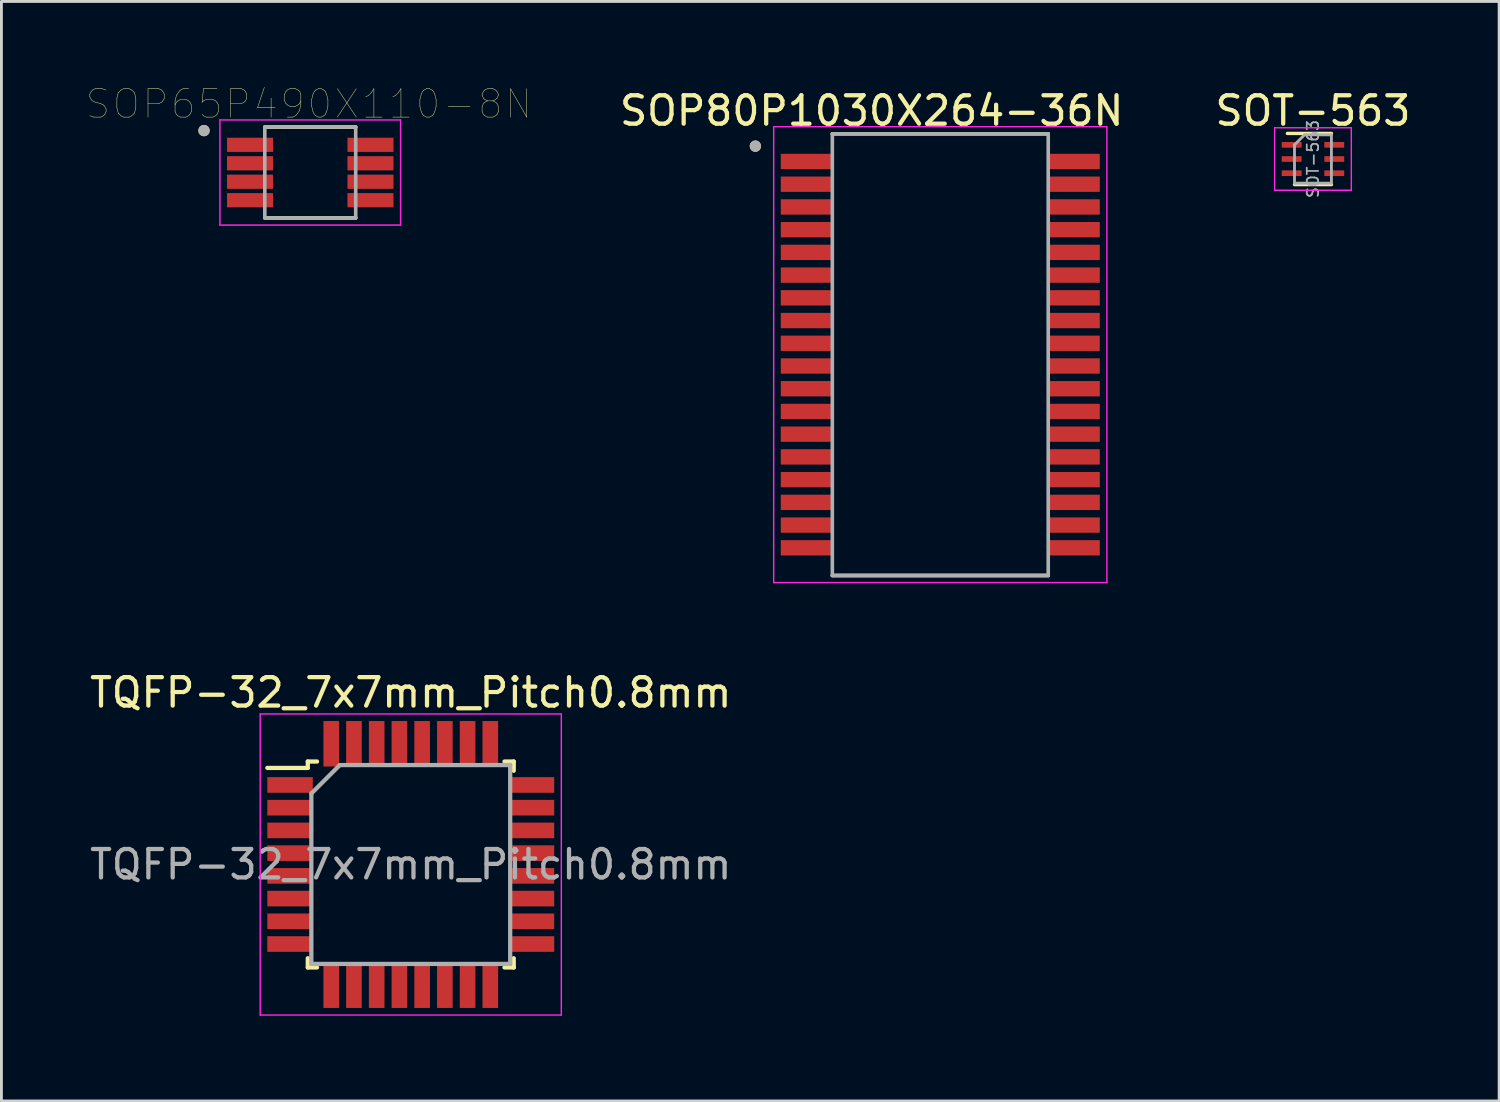
<source format=kicad_pcb>
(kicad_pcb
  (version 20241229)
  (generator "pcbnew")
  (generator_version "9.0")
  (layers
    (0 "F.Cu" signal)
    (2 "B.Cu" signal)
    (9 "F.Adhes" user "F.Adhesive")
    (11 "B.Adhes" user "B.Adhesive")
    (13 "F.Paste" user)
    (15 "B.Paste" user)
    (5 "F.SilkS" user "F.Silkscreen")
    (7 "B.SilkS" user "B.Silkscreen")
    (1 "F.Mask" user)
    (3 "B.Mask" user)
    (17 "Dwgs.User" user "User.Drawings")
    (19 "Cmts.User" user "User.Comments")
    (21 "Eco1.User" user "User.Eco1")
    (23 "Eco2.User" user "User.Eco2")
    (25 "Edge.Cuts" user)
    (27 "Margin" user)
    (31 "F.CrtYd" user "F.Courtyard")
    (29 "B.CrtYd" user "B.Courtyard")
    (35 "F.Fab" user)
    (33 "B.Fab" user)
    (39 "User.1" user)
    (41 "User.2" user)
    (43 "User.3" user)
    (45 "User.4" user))
  (footprint "SOP65P490X110-8N"
    (layer "F.Cu")
    (at 7.872 3.023)
    (property "Reference" "SOP65P490X110-8N" (at -0.045 -2.412 0) (layer "F.SilkS") (effects (font (size 1 1) (thickness 0.015))))
    (attr through_hole)
    (fp_line (start -1.6 -1.6) (end 1.6 -1.6) (stroke (width 0.127) (type solid)) (layer "F.SilkS"))
    (fp_line (start -1.6 1.6) (end 1.6 1.6) (stroke (width 0.127) (type solid)) (layer "F.SilkS"))
    (fp_circle (center -3.74 -1.475) (end -3.64 -1.475) (stroke (width 0.2) (type solid)) (fill no) (layer "F.SilkS"))
    (fp_line (start -3.18 -1.85) (end -3.18 1.85) (stroke (width 0.05) (type solid)) (layer "F.CrtYd"))
    (fp_line (start -3.18 -1.85) (end 3.18 -1.85) (stroke (width 0.05) (type solid)) (layer "F.CrtYd"))
    (fp_line (start -3.18 1.85) (end 3.18 1.85) (stroke (width 0.05) (type solid)) (layer "F.CrtYd"))
    (fp_line (start 3.18 -1.85) (end 3.18 1.85) (stroke (width 0.05) (type solid)) (layer "F.CrtYd"))
    (fp_line (start -1.6 -1.6) (end -1.6 1.6) (stroke (width 0.127) (type solid)) (layer "F.Fab"))
    (fp_line (start -1.6 -1.6) (end 1.6 -1.6) (stroke (width 0.127) (type solid)) (layer "F.Fab"))
    (fp_line (start -1.6 1.6) (end 1.6 1.6) (stroke (width 0.127) (type solid)) (layer "F.Fab"))
    (fp_line (start 1.6 -1.6) (end 1.6 1.6) (stroke (width 0.127) (type solid)) (layer "F.Fab"))
    (fp_circle (center -3.74 -1.475) (end -3.64 -1.475) (stroke (width 0.2) (type solid)) (fill no) (layer "F.Fab"))
    (pad "1" smd rect (at -2.12 -0.975) (size 1.62 0.5) (layers "F.Cu" "F.Mask" "F.Paste"))
    (pad "2" smd rect (at -2.12 -0.325) (size 1.62 0.5) (layers "F.Cu" "F.Mask" "F.Paste"))
    (pad "3" smd rect (at -2.12 0.325) (size 1.62 0.5) (layers "F.Cu" "F.Mask" "F.Paste"))
    (pad "4" smd rect (at -2.12 0.975) (size 1.62 0.5) (layers "F.Cu" "F.Mask" "F.Paste"))
    (pad "5" smd rect (at 2.12 0.975) (size 1.62 0.5) (layers "F.Cu" "F.Mask" "F.Paste"))
    (pad "6" smd rect (at 2.12 0.325) (size 1.62 0.5) (layers "F.Cu" "F.Mask" "F.Paste"))
    (pad "7" smd rect (at 2.12 -0.325) (size 1.62 0.5) (layers "F.Cu" "F.Mask" "F.Paste"))
    (pad "8" smd rect (at 2.12 -0.975) (size 1.62 0.5) (layers "F.Cu" "F.Mask" "F.Paste")))
  (footprint "SOT-563"
    (layer "F.Cu")
    (at 43.172 2.548)
    (property "Reference" "SOT-563" (at 0 -1.7 0) (layer "F.SilkS") (effects (font (size 1 1) (thickness 0.15))))
    (attr smd)
    (fp_line (start -0.9 -0.9) (end 0.65 -0.9) (stroke (width 0.12) (type solid)) (layer "F.SilkS"))
    (fp_line (start 0.65 0.9) (end -0.65 0.9) (stroke (width 0.12) (type solid)) (layer "F.SilkS"))
    (fp_line (start -1.35 -1.1) (end -1.35 1.1) (stroke (width 0.05) (type solid)) (layer "F.CrtYd"))
    (fp_line (start -1.35 -1.1) (end 1.35 -1.1) (stroke (width 0.05) (type solid)) (layer "F.CrtYd"))
    (fp_line (start 1.35 1.1) (end -1.35 1.1) (stroke (width 0.05) (type solid)) (layer "F.CrtYd"))
    (fp_line (start 1.35 1.1) (end 1.35 -1.1) (stroke (width 0.05) (type solid)) (layer "F.CrtYd"))
    (fp_line (start -0.65 -0.5) (end -0.65 0.85) (stroke (width 0.1) (type solid)) (layer "F.Fab"))
    (fp_line (start -0.65 -0.5) (end -0.3 -0.85) (stroke (width 0.1) (type solid)) (layer "F.Fab"))
    (fp_line (start -0.65 0.85) (end 0.65 0.85) (stroke (width 0.1) (type solid)) (layer "F.Fab"))
    (fp_line (start 0.65 -0.85) (end -0.3 -0.85) (stroke (width 0.1) (type solid)) (layer "F.Fab"))
    (fp_line (start 0.65 0.85) (end 0.65 -0.85) (stroke (width 0.1) (type solid)) (layer "F.Fab"))
    (fp_text user "${REFERENCE}" (at 0 0 90) (layer "F.Fab") (effects (font (size 0.4 0.4) (thickness 0.062))))
    (pad "1" smd rect (at -0.75 -0.5) (size 0.7 0.2) (layers "F.Cu" "F.Mask" "F.Paste"))
    (pad "2" smd rect (at -0.75 0) (size 0.7 0.2) (layers "F.Cu" "F.Mask" "F.Paste"))
    (pad "3" smd rect (at -0.75 0.5) (size 0.7 0.2) (layers "F.Cu" "F.Mask" "F.Paste"))
    (pad "4" smd rect (at 0.75 0.5) (size 0.7 0.2) (layers "F.Cu" "F.Mask" "F.Paste"))
    (pad "5" smd rect (at 0.75 0) (size 0.7 0.2) (layers "F.Cu" "F.Mask" "F.Paste"))
    (pad "6" smd rect (at 0.75 -0.5) (size 0.7 0.2) (layers "F.Cu" "F.Mask" "F.Paste")))
  (footprint "SOP80P1030X264-36N"
    (layer "F.Cu")
    (at 30.052 9.435)
    (property "Reference" "SOP80P1030X264-36N" (at -2.415 -8.587 0) (layer "F.SilkS") (effects (font (size 1 1) (thickness 0.15))))
    (attr through_hole)
    (fp_line (start -3.8 -7.775) (end 3.8 -7.775) (stroke (width 0.127) (type solid)) (layer "F.SilkS"))
    (fp_line (start -3.8 7.775) (end 3.8 7.775) (stroke (width 0.127) (type solid)) (layer "F.SilkS"))
    (fp_circle (center -6.51 -7.34) (end -6.41 -7.34) (stroke (width 0.2) (type solid)) (fill no) (layer "F.SilkS"))
    (fp_line (start -5.865 -8.025) (end -5.865 8.025) (stroke (width 0.05) (type solid)) (layer "F.CrtYd"))
    (fp_line (start -5.865 -8.025) (end 5.865 -8.025) (stroke (width 0.05) (type solid)) (layer "F.CrtYd"))
    (fp_line (start -5.865 8.025) (end 5.865 8.025) (stroke (width 0.05) (type solid)) (layer "F.CrtYd"))
    (fp_line (start 5.865 -8.025) (end 5.865 8.025) (stroke (width 0.05) (type solid)) (layer "F.CrtYd"))
    (fp_line (start -3.8 -7.775) (end -3.8 7.775) (stroke (width 0.127) (type solid)) (layer "F.Fab"))
    (fp_line (start -3.8 -7.775) (end 3.8 -7.775) (stroke (width 0.127) (type solid)) (layer "F.Fab"))
    (fp_line (start -3.8 7.775) (end 3.8 7.775) (stroke (width 0.127) (type solid)) (layer "F.Fab"))
    (fp_line (start 3.8 -7.775) (end 3.8 7.775) (stroke (width 0.127) (type solid)) (layer "F.Fab"))
    (fp_circle (center -6.51 -7.34) (end -6.41 -7.34) (stroke (width 0.2) (type solid)) (fill no) (layer "F.Fab"))
    (pad "1" smd rect (at -4.72 -6.8) (size 1.79 0.54) (layers "F.Cu" "F.Mask" "F.Paste"))
    (pad "2" smd rect (at -4.72 -6) (size 1.79 0.54) (layers "F.Cu" "F.Mask" "F.Paste"))
    (pad "3" smd rect (at -4.72 -5.2) (size 1.79 0.54) (layers "F.Cu" "F.Mask" "F.Paste"))
    (pad "4" smd rect (at -4.72 -4.4) (size 1.79 0.54) (layers "F.Cu" "F.Mask" "F.Paste"))
    (pad "5" smd rect (at -4.72 -3.6) (size 1.79 0.54) (layers "F.Cu" "F.Mask" "F.Paste"))
    (pad "6" smd rect (at -4.72 -2.8) (size 1.79 0.54) (layers "F.Cu" "F.Mask" "F.Paste"))
    (pad "7" smd rect (at -4.72 -2) (size 1.79 0.54) (layers "F.Cu" "F.Mask" "F.Paste"))
    (pad "8" smd rect (at -4.72 -1.2) (size 1.79 0.54) (layers "F.Cu" "F.Mask" "F.Paste"))
    (pad "9" smd rect (at -4.72 -0.4) (size 1.79 0.54) (layers "F.Cu" "F.Mask" "F.Paste"))
    (pad "10" smd rect (at -4.72 0.4) (size 1.79 0.54) (layers "F.Cu" "F.Mask" "F.Paste"))
    (pad "11" smd rect (at -4.72 1.2) (size 1.79 0.54) (layers "F.Cu" "F.Mask" "F.Paste"))
    (pad "12" smd rect (at -4.72 2) (size 1.79 0.54) (layers "F.Cu" "F.Mask" "F.Paste"))
    (pad "13" smd rect (at -4.72 2.8) (size 1.79 0.54) (layers "F.Cu" "F.Mask" "F.Paste"))
    (pad "14" smd rect (at -4.72 3.6) (size 1.79 0.54) (layers "F.Cu" "F.Mask" "F.Paste"))
    (pad "15" smd rect (at -4.72 4.4) (size 1.79 0.54) (layers "F.Cu" "F.Mask" "F.Paste"))
    (pad "16" smd rect (at -4.72 5.2) (size 1.79 0.54) (layers "F.Cu" "F.Mask" "F.Paste"))
    (pad "17" smd rect (at -4.72 6) (size 1.79 0.54) (layers "F.Cu" "F.Mask" "F.Paste"))
    (pad "18" smd rect (at -4.72 6.8) (size 1.79 0.54) (layers "F.Cu" "F.Mask" "F.Paste"))
    (pad "19" smd rect (at 4.72 6.8) (size 1.79 0.54) (layers "F.Cu" "F.Mask" "F.Paste"))
    (pad "20" smd rect (at 4.72 6) (size 1.79 0.54) (layers "F.Cu" "F.Mask" "F.Paste"))
    (pad "21" smd rect (at 4.72 5.2) (size 1.79 0.54) (layers "F.Cu" "F.Mask" "F.Paste"))
    (pad "22" smd rect (at 4.72 4.4) (size 1.79 0.54) (layers "F.Cu" "F.Mask" "F.Paste"))
    (pad "23" smd rect (at 4.72 3.6) (size 1.79 0.54) (layers "F.Cu" "F.Mask" "F.Paste"))
    (pad "24" smd rect (at 4.72 2.8) (size 1.79 0.54) (layers "F.Cu" "F.Mask" "F.Paste"))
    (pad "25" smd rect (at 4.72 2) (size 1.79 0.54) (layers "F.Cu" "F.Mask" "F.Paste"))
    (pad "26" smd rect (at 4.72 1.2) (size 1.79 0.54) (layers "F.Cu" "F.Mask" "F.Paste"))
    (pad "27" smd rect (at 4.72 0.4) (size 1.79 0.54) (layers "F.Cu" "F.Mask" "F.Paste"))
    (pad "28" smd rect (at 4.72 -0.4) (size 1.79 0.54) (layers "F.Cu" "F.Mask" "F.Paste"))
    (pad "29" smd rect (at 4.72 -1.2) (size 1.79 0.54) (layers "F.Cu" "F.Mask" "F.Paste"))
    (pad "30" smd rect (at 4.72 -2) (size 1.79 0.54) (layers "F.Cu" "F.Mask" "F.Paste"))
    (pad "31" smd rect (at 4.72 -2.8) (size 1.79 0.54) (layers "F.Cu" "F.Mask" "F.Paste"))
    (pad "32" smd rect (at 4.72 -3.6) (size 1.79 0.54) (layers "F.Cu" "F.Mask" "F.Paste"))
    (pad "33" smd rect (at 4.72 -4.4) (size 1.79 0.54) (layers "F.Cu" "F.Mask" "F.Paste"))
    (pad "34" smd rect (at 4.72 -5.2) (size 1.79 0.54) (layers "F.Cu" "F.Mask" "F.Paste"))
    (pad "35" smd rect (at 4.72 -6) (size 1.79 0.54) (layers "F.Cu" "F.Mask" "F.Paste"))
    (pad "36" smd rect (at 4.72 -6.8) (size 1.79 0.54) (layers "F.Cu" "F.Mask" "F.Paste")))
  (footprint "TQFP-32_7x7mm_Pitch0.8mm"
    (layer "F.Cu")
    (at 11.411 27.384)
    (property "Reference" "TQFP-32_7x7mm_Pitch0.8mm" (at 0 -6.05 0) (layer "F.SilkS") (effects (font (size 1 1) (thickness 0.15))))
    (attr smd)
    (fp_line (start -3.625 -3.625) (end -3.625 -3.4) (stroke (width 0.15) (type solid)) (layer "F.SilkS"))
    (fp_line (start -3.625 -3.625) (end -3.3 -3.625) (stroke (width 0.15) (type solid)) (layer "F.SilkS"))
    (fp_line (start -3.625 -3.4) (end -5.05 -3.4) (stroke (width 0.15) (type solid)) (layer "F.SilkS"))
    (fp_line (start -3.625 3.625) (end -3.625 3.3) (stroke (width 0.15) (type solid)) (layer "F.SilkS"))
    (fp_line (start -3.625 3.625) (end -3.3 3.625) (stroke (width 0.15) (type solid)) (layer "F.SilkS"))
    (fp_line (start 3.625 -3.625) (end 3.3 -3.625) (stroke (width 0.15) (type solid)) (layer "F.SilkS"))
    (fp_line (start 3.625 -3.625) (end 3.625 -3.3) (stroke (width 0.15) (type solid)) (layer "F.SilkS"))
    (fp_line (start 3.625 3.625) (end 3.3 3.625) (stroke (width 0.15) (type solid)) (layer "F.SilkS"))
    (fp_line (start 3.625 3.625) (end 3.625 3.3) (stroke (width 0.15) (type solid)) (layer "F.SilkS"))
    (fp_line (start -5.3 -5.3) (end -5.3 5.3) (stroke (width 0.05) (type solid)) (layer "F.CrtYd"))
    (fp_line (start -5.3 -5.3) (end 5.3 -5.3) (stroke (width 0.05) (type solid)) (layer "F.CrtYd"))
    (fp_line (start -5.3 5.3) (end 5.3 5.3) (stroke (width 0.05) (type solid)) (layer "F.CrtYd"))
    (fp_line (start 5.3 -5.3) (end 5.3 5.3) (stroke (width 0.05) (type solid)) (layer "F.CrtYd"))
    (fp_line (start -3.5 -2.5) (end -2.5 -3.5) (stroke (width 0.15) (type solid)) (layer "F.Fab"))
    (fp_line (start -3.5 3.5) (end -3.5 -2.5) (stroke (width 0.15) (type solid)) (layer "F.Fab"))
    (fp_line (start -2.5 -3.5) (end 3.5 -3.5) (stroke (width 0.15) (type solid)) (layer "F.Fab"))
    (fp_line (start 3.5 -3.5) (end 3.5 3.5) (stroke (width 0.15) (type solid)) (layer "F.Fab"))
    (fp_line (start 3.5 3.5) (end -3.5 3.5) (stroke (width 0.15) (type solid)) (layer "F.Fab"))
    (fp_text user "${REFERENCE}" (at 0 0 0) (layer "F.Fab") (effects (font (size 1 1) (thickness 0.15))))
    (pad "1" smd rect (at -4.25 -2.8) (size 1.6 0.55) (layers "F.Cu" "F.Mask" "F.Paste"))
    (pad "2" smd rect (at -4.25 -2) (size 1.6 0.55) (layers "F.Cu" "F.Mask" "F.Paste"))
    (pad "3" smd rect (at -4.25 -1.2) (size 1.6 0.55) (layers "F.Cu" "F.Mask" "F.Paste"))
    (pad "4" smd rect (at -4.25 -0.4) (size 1.6 0.55) (layers "F.Cu" "F.Mask" "F.Paste"))
    (pad "5" smd rect (at -4.25 0.4) (size 1.6 0.55) (layers "F.Cu" "F.Mask" "F.Paste"))
    (pad "6" smd rect (at -4.25 1.2) (size 1.6 0.55) (layers "F.Cu" "F.Mask" "F.Paste"))
    (pad "7" smd rect (at -4.25 2) (size 1.6 0.55) (layers "F.Cu" "F.Mask" "F.Paste"))
    (pad "8" smd rect (at -4.25 2.8) (size 1.6 0.55) (layers "F.Cu" "F.Mask" "F.Paste"))
    (pad "9" smd rect (at -2.8 4.25 90) (size 1.6 0.55) (layers "F.Cu" "F.Mask" "F.Paste"))
    (pad "10" smd rect (at -2 4.25 90) (size 1.6 0.55) (layers "F.Cu" "F.Mask" "F.Paste"))
    (pad "11" smd rect (at -1.2 4.25 90) (size 1.6 0.55) (layers "F.Cu" "F.Mask" "F.Paste"))
    (pad "12" smd rect (at -0.4 4.25 90) (size 1.6 0.55) (layers "F.Cu" "F.Mask" "F.Paste"))
    (pad "13" smd rect (at 0.4 4.25 90) (size 1.6 0.55) (layers "F.Cu" "F.Mask" "F.Paste"))
    (pad "14" smd rect (at 1.2 4.25 90) (size 1.6 0.55) (layers "F.Cu" "F.Mask" "F.Paste"))
    (pad "15" smd rect (at 2 4.25 90) (size 1.6 0.55) (layers "F.Cu" "F.Mask" "F.Paste"))
    (pad "16" smd rect (at 2.8 4.25 90) (size 1.6 0.55) (layers "F.Cu" "F.Mask" "F.Paste"))
    (pad "17" smd rect (at 4.25 2.8) (size 1.6 0.55) (layers "F.Cu" "F.Mask" "F.Paste"))
    (pad "18" smd rect (at 4.25 2) (size 1.6 0.55) (layers "F.Cu" "F.Mask" "F.Paste"))
    (pad "19" smd rect (at 4.25 1.2) (size 1.6 0.55) (layers "F.Cu" "F.Mask" "F.Paste"))
    (pad "20" smd rect (at 4.25 0.4) (size 1.6 0.55) (layers "F.Cu" "F.Mask" "F.Paste"))
    (pad "21" smd rect (at 4.25 -0.4) (size 1.6 0.55) (layers "F.Cu" "F.Mask" "F.Paste"))
    (pad "22" smd rect (at 4.25 -1.2) (size 1.6 0.55) (layers "F.Cu" "F.Mask" "F.Paste"))
    (pad "23" smd rect (at 4.25 -2) (size 1.6 0.55) (layers "F.Cu" "F.Mask" "F.Paste"))
    (pad "24" smd rect (at 4.25 -2.8) (size 1.6 0.55) (layers "F.Cu" "F.Mask" "F.Paste"))
    (pad "25" smd rect (at 2.8 -4.25 90) (size 1.6 0.55) (layers "F.Cu" "F.Mask" "F.Paste"))
    (pad "26" smd rect (at 2 -4.25 90) (size 1.6 0.55) (layers "F.Cu" "F.Mask" "F.Paste"))
    (pad "27" smd rect (at 1.2 -4.25 90) (size 1.6 0.55) (layers "F.Cu" "F.Mask" "F.Paste"))
    (pad "28" smd rect (at 0.4 -4.25 90) (size 1.6 0.55) (layers "F.Cu" "F.Mask" "F.Paste"))
    (pad "29" smd rect (at -0.4 -4.25 90) (size 1.6 0.55) (layers "F.Cu" "F.Mask" "F.Paste"))
    (pad "30" smd rect (at -1.2 -4.25 90) (size 1.6 0.55) (layers "F.Cu" "F.Mask" "F.Paste"))
    (pad "31" smd rect (at -2 -4.25 90) (size 1.6 0.55) (layers "F.Cu" "F.Mask" "F.Paste"))
    (pad "32" smd rect (at -2.8 -4.25 90) (size 1.6 0.55) (layers "F.Cu" "F.Mask" "F.Paste")))
  (gr_rect
    (start -3 -3)
    (end 49.726 35.709)
    (stroke (width 0.1) (type default))
    (fill no)
    (layer "Edge.Cuts")))
</source>
